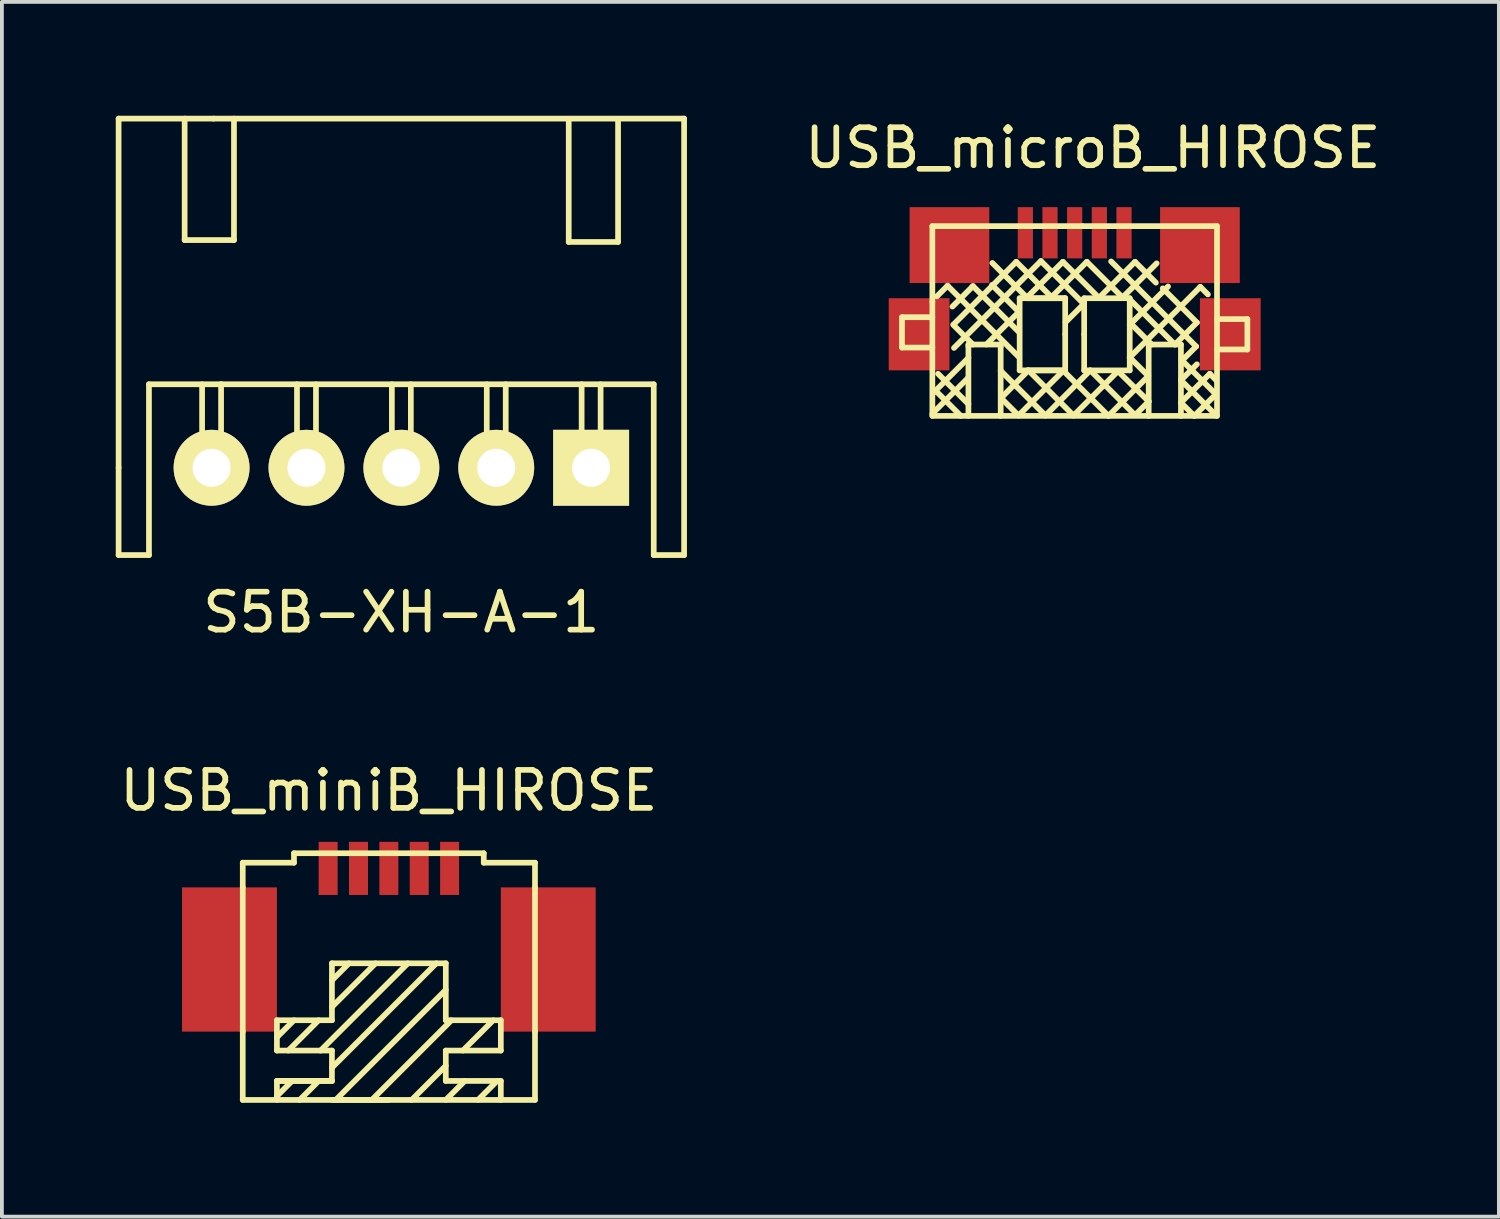
<source format=kicad_pcb>
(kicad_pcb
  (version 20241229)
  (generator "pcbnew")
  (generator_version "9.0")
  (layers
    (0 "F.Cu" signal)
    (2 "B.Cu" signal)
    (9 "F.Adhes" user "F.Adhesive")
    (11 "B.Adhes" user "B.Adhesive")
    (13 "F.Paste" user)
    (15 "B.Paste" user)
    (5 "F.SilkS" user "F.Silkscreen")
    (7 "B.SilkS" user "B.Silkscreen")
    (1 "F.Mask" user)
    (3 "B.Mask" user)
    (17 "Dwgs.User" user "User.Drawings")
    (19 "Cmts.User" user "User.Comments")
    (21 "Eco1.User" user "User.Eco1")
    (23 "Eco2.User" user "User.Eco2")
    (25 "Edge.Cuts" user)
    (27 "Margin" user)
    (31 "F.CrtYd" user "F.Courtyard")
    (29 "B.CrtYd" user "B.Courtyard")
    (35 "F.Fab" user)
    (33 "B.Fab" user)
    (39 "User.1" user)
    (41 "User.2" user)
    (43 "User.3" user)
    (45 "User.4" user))
  (footprint "S5B-XH-A-1"
    (layer "F.Cu")
    (at 7.525 9.275)
    (property "Reference" "S5B-XH-A-1" (at 0 3.81 0) (layer "F.SilkS") (effects (font (size 1 1) (thickness 0.15))))
    (attr through_hole)
    (fp_line (start -7.45 -9.2) (end -7.45 0) (stroke (width 0.15) (type solid)) (layer "F.SilkS"))
    (fp_line (start -7.45 -9.2) (end -4.95 -9.2) (stroke (width 0.15) (type solid)) (layer "F.SilkS"))
    (fp_line (start -7.45 0) (end -7.45 2.3) (stroke (width 0.15) (type solid)) (layer "F.SilkS"))
    (fp_line (start -7.45 2.3) (end -6.65 2.3) (stroke (width 0.15) (type solid)) (layer "F.SilkS"))
    (fp_line (start -6.65 -2.2) (end -6.65 2.3) (stroke (width 0.15) (type solid)) (layer "F.SilkS"))
    (fp_line (start -5.71 -9.2) (end -5.71 -6) (stroke (width 0.15) (type solid)) (layer "F.SilkS"))
    (fp_line (start -5.71 -6) (end -4.41 -6) (stroke (width 0.15) (type solid)) (layer "F.SilkS"))
    (fp_line (start -5.25 0) (end -5.25 -2.2) (stroke (width 0.15) (type solid)) (layer "F.SilkS"))
    (fp_line (start -5 0) (end -5.25 0) (stroke (width 0.15) (type solid)) (layer "F.SilkS"))
    (fp_line (start -5 0) (end -4.75 0) (stroke (width 0.15) (type solid)) (layer "F.SilkS"))
    (fp_line (start -4.75 -2.2) (end -6.65 -2.2) (stroke (width 0.15) (type solid)) (layer "F.SilkS"))
    (fp_line (start -4.75 -2.2) (end 6.65 -2.2) (stroke (width 0.15) (type solid)) (layer "F.SilkS"))
    (fp_line (start -4.75 0) (end -4.75 -2.2) (stroke (width 0.15) (type solid)) (layer "F.SilkS"))
    (fp_line (start -4.41 -6) (end -4.41 -9.2) (stroke (width 0.15) (type solid)) (layer "F.SilkS"))
    (fp_line (start -2.75 0) (end -2.75 -2.2) (stroke (width 0.15) (type solid)) (layer "F.SilkS"))
    (fp_line (start -2.5 0) (end -2.75 0) (stroke (width 0.15) (type solid)) (layer "F.SilkS"))
    (fp_line (start -2.5 0) (end -2.25 0) (stroke (width 0.15) (type solid)) (layer "F.SilkS"))
    (fp_line (start -2.25 0) (end -2.25 -2.2) (stroke (width 0.15) (type solid)) (layer "F.SilkS"))
    (fp_line (start -0.25 0) (end -0.25 -2.2) (stroke (width 0.15) (type solid)) (layer "F.SilkS"))
    (fp_line (start 0 0) (end -0.25 0) (stroke (width 0.15) (type solid)) (layer "F.SilkS"))
    (fp_line (start 0 0) (end 0.25 0) (stroke (width 0.15) (type solid)) (layer "F.SilkS"))
    (fp_line (start 0.25 0) (end 0.25 -2.2) (stroke (width 0.15) (type solid)) (layer "F.SilkS"))
    (fp_line (start 2.25 0) (end 2.25 -2.2) (stroke (width 0.15) (type solid)) (layer "F.SilkS"))
    (fp_line (start 2.5 0) (end 2.25 0) (stroke (width 0.15) (type solid)) (layer "F.SilkS"))
    (fp_line (start 2.5 0) (end 2.75 0) (stroke (width 0.15) (type solid)) (layer "F.SilkS"))
    (fp_line (start 2.75 0) (end 2.75 -2.2) (stroke (width 0.15) (type solid)) (layer "F.SilkS"))
    (fp_line (start 4.41 -5.95) (end 4.41 -9.15) (stroke (width 0.15) (type solid)) (layer "F.SilkS"))
    (fp_line (start 4.75 0) (end 4.75 -2.2) (stroke (width 0.15) (type solid)) (layer "F.SilkS"))
    (fp_line (start 5 0) (end 4.75 0) (stroke (width 0.15) (type solid)) (layer "F.SilkS"))
    (fp_line (start 5 0) (end 5.25 0) (stroke (width 0.15) (type solid)) (layer "F.SilkS"))
    (fp_line (start 5.25 0) (end 5.25 -2.2) (stroke (width 0.15) (type solid)) (layer "F.SilkS"))
    (fp_line (start 5.71 -9.15) (end 5.71 -5.95) (stroke (width 0.15) (type solid)) (layer "F.SilkS"))
    (fp_line (start 5.71 -5.95) (end 4.41 -5.95) (stroke (width 0.15) (type solid)) (layer "F.SilkS"))
    (fp_line (start 6.65 2.3) (end 6.65 -2.2) (stroke (width 0.15) (type solid)) (layer "F.SilkS"))
    (fp_line (start 7.45 -9.2) (end -4.95 -9.2) (stroke (width 0.15) (type solid)) (layer "F.SilkS"))
    (fp_line (start 7.45 -9.2) (end 7.45 2.3) (stroke (width 0.15) (type solid)) (layer "F.SilkS"))
    (fp_line (start 7.45 2.3) (end 6.65 2.3) (stroke (width 0.15) (type solid)) (layer "F.SilkS"))
    (pad "1" thru_hole rect (at 5 0) (size 2 2) (drill 1) (layers "*.Cu" "*.Mask" "F.SilkS"))
    (pad "2" thru_hole circle (at 2.5 0) (size 2 2) (drill 1) (layers "*.Cu" "*.Mask" "F.SilkS"))
    (pad "3" thru_hole circle (at 0 0) (size 2 2) (drill 1) (layers "*.Cu" "*.Mask" "F.SilkS"))
    (pad "4" thru_hole circle (at -2.5 0) (size 2 2) (drill 1) (layers "*.Cu" "*.Mask" "F.SilkS"))
    (pad "5" thru_hole circle (at -5 0) (size 2 2) (drill 1) (layers "*.Cu" "*.Mask" "F.SilkS")))
  (footprint "USB_microB_HIROSE"
    (layer "F.Cu")
    (at 25.266 5.758)
    (property "Reference" "USB_microB_HIROSE" (at 0.48 -4.91 0) (layer "F.SilkS") (effects (font (size 1 1) (thickness 0.15))))
    (attr through_hole)
    (fp_line (start -4.55 -0.45) (end -4.55 0.35) (stroke (width 0.15) (type solid)) (layer "F.SilkS"))
    (fp_line (start -4.55 0.35) (end -3.75 0.35) (stroke (width 0.15) (type solid)) (layer "F.SilkS"))
    (fp_line (start -3.75 -2.85) (end 0.2 -2.85) (stroke (width 0.15) (type solid)) (layer "F.SilkS"))
    (fp_line (start -3.75 -0.85) (end -3.75 -2.85) (stroke (width 0.15) (type solid)) (layer "F.SilkS"))
    (fp_line (start -3.75 -0.85) (end -3.75 2.15) (stroke (width 0.15) (type solid)) (layer "F.SilkS"))
    (fp_line (start -3.75 -0.45) (end -4.55 -0.45) (stroke (width 0.15) (type solid)) (layer "F.SilkS"))
    (fp_line (start -3.75 2.09) (end -2.81 1.15) (stroke (width 0.15) (type solid)) (layer "F.SilkS"))
    (fp_line (start -3.74 1.56) (end -2.8 0.62) (stroke (width 0.15) (type solid)) (layer "F.SilkS"))
    (fp_line (start -3.63 -1) (end -3.35 -1.28) (stroke (width 0.15) (type solid)) (layer "F.SilkS"))
    (fp_line (start -3.35 -1.28) (end -1.48 0.59) (stroke (width 0.15) (type solid)) (layer "F.SilkS"))
    (fp_line (start -3.22 -0.73) (end -2.7 -1.25) (stroke (width 0.15) (type solid)) (layer "F.SilkS"))
    (fp_line (start -3.2 -0.25) (end -2.68 0.27) (stroke (width 0.15) (type solid)) (layer "F.SilkS"))
    (fp_line (start -3.19 -0.26) (end -1.54 -1.91) (stroke (width 0.15) (type solid)) (layer "F.SilkS"))
    (fp_line (start -3.18 0.36) (end -0.89 -1.93) (stroke (width 0.15) (type solid)) (layer "F.SilkS"))
    (fp_line (start -3 2.15) (end -3.67 1.48) (stroke (width 0.15) (type solid)) (layer "F.SilkS"))
    (fp_line (start -2.8 0.27) (end -2.8 0.32) (stroke (width 0.15) (type solid)) (layer "F.SilkS"))
    (fp_line (start -2.8 0.32) (end -2.8 2.15) (stroke (width 0.15) (type solid)) (layer "F.SilkS"))
    (fp_line (start -2.8 1.84) (end -3.6 1.04) (stroke (width 0.15) (type solid)) (layer "F.SilkS"))
    (fp_line (start -2.7 -1.25) (end -2.68 -1.27) (stroke (width 0.15) (type solid)) (layer "F.SilkS"))
    (fp_line (start -2.68 -1.27) (end -1.46 -0.05) (stroke (width 0.15) (type solid)) (layer "F.SilkS"))
    (fp_line (start -2.33 0.27) (end -1.47 -0.59) (stroke (width 0.15) (type solid)) (layer "F.SilkS"))
    (fp_line (start -2.17 -1.88) (end -1.26 -0.97) (stroke (width 0.15) (type solid)) (layer "F.SilkS"))
    (fp_line (start -1.95 0.27) (end -2.8 0.27) (stroke (width 0.15) (type solid)) (layer "F.SilkS"))
    (fp_line (start -1.95 0.32) (end -1.95 0.27) (stroke (width 0.15) (type solid)) (layer "F.SilkS"))
    (fp_line (start -1.95 0.96) (end -0.77 2.14) (stroke (width 0.15) (type solid)) (layer "F.SilkS"))
    (fp_line (start -1.95 2.15) (end -1.95 0.32) (stroke (width 0.15) (type solid)) (layer "F.SilkS"))
    (fp_line (start -1.94 1.68) (end -1.48 2.14) (stroke (width 0.15) (type solid)) (layer "F.SilkS"))
    (fp_line (start -1.54 -1.91) (end -0.61 -0.98) (stroke (width 0.15) (type solid)) (layer "F.SilkS"))
    (fp_line (start -1.48 2.14) (end -0.3 0.96) (stroke (width 0.15) (type solid)) (layer "F.SilkS"))
    (fp_line (start -1.47 -0.59) (end -2.18 -1.3) (stroke (width 0.15) (type solid)) (layer "F.SilkS"))
    (fp_line (start -1.45 -0.95) (end -1.45 0.95) (stroke (width 0.15) (type solid)) (layer "F.SilkS"))
    (fp_line (start -1.45 0.95) (end -0.25 0.95) (stroke (width 0.15) (type solid)) (layer "F.SilkS"))
    (fp_line (start -1.26 -0.97) (end -0.31 -1.91) (stroke (width 0.15) (type solid)) (layer "F.SilkS"))
    (fp_line (start -1.25 0.95) (end -0.25 0.95) (stroke (width 0.15) (type solid)) (layer "F.SilkS"))
    (fp_line (start -1.22 0.95) (end -1.94 1.68) (stroke (width 0.15) (type solid)) (layer "F.SilkS"))
    (fp_line (start -0.89 -1.93) (end 0.24 -0.8) (stroke (width 0.15) (type solid)) (layer "F.SilkS"))
    (fp_line (start -0.77 2.14) (end 0.41 0.95) (stroke (width 0.15) (type solid)) (layer "F.SilkS"))
    (fp_line (start -0.61 -0.98) (end 0.32 -1.91) (stroke (width 0.15) (type solid)) (layer "F.SilkS"))
    (fp_line (start -0.31 -1.91) (end 0.64 -0.96) (stroke (width 0.15) (type solid)) (layer "F.SilkS"))
    (fp_line (start -0.3 0.96) (end 0.89 2.15) (stroke (width 0.15) (type solid)) (layer "F.SilkS"))
    (fp_line (start -0.25 -0.95) (end -1.45 -0.95) (stroke (width 0.15) (type solid)) (layer "F.SilkS"))
    (fp_line (start -0.25 -0.95) (end -1.25 -0.95) (stroke (width 0.15) (type solid)) (layer "F.SilkS"))
    (fp_line (start -0.25 0) (end -0.25 -0.95) (stroke (width 0.15) (type solid)) (layer "F.SilkS"))
    (fp_line (start -0.25 0.95) (end -0.25 0) (stroke (width 0.15) (type solid)) (layer "F.SilkS"))
    (fp_line (start -0.03 2.14) (end -1.22 0.95) (stroke (width 0.15) (type solid)) (layer "F.SilkS"))
    (fp_line (start 0.24 -0.8) (end -0.24 -0.32) (stroke (width 0.15) (type solid)) (layer "F.SilkS"))
    (fp_line (start 0.25 -0.95) (end 1.45 -0.95) (stroke (width 0.15) (type solid)) (layer "F.SilkS"))
    (fp_line (start 0.25 0) (end 0.25 -0.95) (stroke (width 0.15) (type solid)) (layer "F.SilkS"))
    (fp_line (start 0.25 0.95) (end 0.25 0) (stroke (width 0.15) (type solid)) (layer "F.SilkS"))
    (fp_line (start 0.32 -1.91) (end 1.26 -0.97) (stroke (width 0.15) (type solid)) (layer "F.SilkS"))
    (fp_line (start 0.41 0.95) (end 1.59 2.13) (stroke (width 0.15) (type solid)) (layer "F.SilkS"))
    (fp_line (start 0.64 -0.96) (end 1.59 -1.91) (stroke (width 0.15) (type solid)) (layer "F.SilkS"))
    (fp_line (start 0.89 2.15) (end 1.94 1.1) (stroke (width 0.15) (type solid)) (layer "F.SilkS"))
    (fp_line (start 0.96 -1.92) (end 3.2 0.32) (stroke (width 0.15) (type solid)) (layer "F.SilkS"))
    (fp_line (start 1.14 0.97) (end -0.03 2.14) (stroke (width 0.15) (type solid)) (layer "F.SilkS"))
    (fp_line (start 1.26 -0.97) (end 2.16 -1.87) (stroke (width 0.15) (type solid)) (layer "F.SilkS"))
    (fp_line (start 1.45 -0.95) (end 1.45 0.95) (stroke (width 0.15) (type solid)) (layer "F.SilkS"))
    (fp_line (start 1.45 -0.25) (end 2.46 -1.26) (stroke (width 0.15) (type solid)) (layer "F.SilkS"))
    (fp_line (start 1.45 0.61) (end 3.31 -1.25) (stroke (width 0.15) (type solid)) (layer "F.SilkS"))
    (fp_line (start 1.45 0.95) (end 0.25 0.95) (stroke (width 0.15) (type solid)) (layer "F.SilkS"))
    (fp_line (start 1.46 -0.3) (end 2.03 0.27) (stroke (width 0.15) (type solid)) (layer "F.SilkS"))
    (fp_line (start 1.59 -1.91) (end 2.14 -1.36) (stroke (width 0.15) (type solid)) (layer "F.SilkS"))
    (fp_line (start 1.59 2.13) (end 1.95 1.77) (stroke (width 0.15) (type solid)) (layer "F.SilkS"))
    (fp_line (start 1.94 1.1) (end 1.45 0.61) (stroke (width 0.15) (type solid)) (layer "F.SilkS"))
    (fp_line (start 1.95 0.27) (end 1.95 2.15) (stroke (width 0.15) (type solid)) (layer "F.SilkS"))
    (fp_line (start 1.95 1.77) (end 1.14 0.97) (stroke (width 0.15) (type solid)) (layer "F.SilkS"))
    (fp_line (start 2.32 -1.21) (end 3.22 -0.31) (stroke (width 0.15) (type solid)) (layer "F.SilkS"))
    (fp_line (start 2.64 0.27) (end 1.45 -0.92) (stroke (width 0.15) (type solid)) (layer "F.SilkS"))
    (fp_line (start 2.8 0.27) (end 1.95 0.27) (stroke (width 0.15) (type solid)) (layer "F.SilkS"))
    (fp_line (start 2.8 1.21) (end 3.22 0.79) (stroke (width 0.15) (type solid)) (layer "F.SilkS"))
    (fp_line (start 2.8 1.8) (end 3.56 1.04) (stroke (width 0.15) (type solid)) (layer "F.SilkS"))
    (fp_line (start 2.8 2.15) (end 2.8 0.27) (stroke (width 0.15) (type solid)) (layer "F.SilkS"))
    (fp_line (start 2.83 0.69) (end 3.72 1.58) (stroke (width 0.15) (type solid)) (layer "F.SilkS"))
    (fp_line (start 3.15 2.15) (end 2.8 1.8) (stroke (width 0.15) (type solid)) (layer "F.SilkS"))
    (fp_line (start 3.2 0.32) (end 2.83 0.69) (stroke (width 0.15) (type solid)) (layer "F.SilkS"))
    (fp_line (start 3.22 -0.31) (end 2.64 0.27) (stroke (width 0.15) (type solid)) (layer "F.SilkS"))
    (fp_line (start 3.31 -1.25) (end 3.51 -1.05) (stroke (width 0.15) (type solid)) (layer "F.SilkS"))
    (fp_line (start 3.56 1.04) (end 3.73 1.21) (stroke (width 0.15) (type solid)) (layer "F.SilkS"))
    (fp_line (start 3.72 1.58) (end 3.15 2.15) (stroke (width 0.15) (type solid)) (layer "F.SilkS"))
    (fp_line (start 3.73 2.14) (end 2.8 1.21) (stroke (width 0.15) (type solid)) (layer "F.SilkS"))
    (fp_line (start 3.75 -2.85) (end 0.21 -2.85) (stroke (width 0.15) (type solid)) (layer "F.SilkS"))
    (fp_line (start 3.75 -2.85) (end 3.75 2.15) (stroke (width 0.15) (type solid)) (layer "F.SilkS"))
    (fp_line (start 3.75 -0.4) (end 4.55 -0.4) (stroke (width 0.15) (type solid)) (layer "F.SilkS"))
    (fp_line (start 3.75 2.15) (end -3.75 2.15) (stroke (width 0.15) (type solid)) (layer "F.SilkS"))
    (fp_line (start 4.55 -0.4) (end 4.55 0.4) (stroke (width 0.15) (type solid)) (layer "F.SilkS"))
    (fp_line (start 4.55 0.4) (end 3.75 0.4) (stroke (width 0.15) (type solid)) (layer "F.SilkS"))
    (pad "1" smd rect (at 1.3 -2.675) (size 0.4 1.35) (layers "F.Cu" "F.Mask" "F.Paste"))
    (pad "2" smd rect (at 0.65 -2.675) (size 0.4 1.35) (layers "F.Cu" "F.Mask" "F.Paste"))
    (pad "3" smd rect (at 0 -2.675) (size 0.4 1.35) (layers "F.Cu" "F.Mask" "F.Paste"))
    (pad "4" smd rect (at -0.65 -2.675) (size 0.4 1.35) (layers "F.Cu" "F.Mask" "F.Paste"))
    (pad "5" smd rect (at -4.1 0) (size 1.6 1.9) (layers "F.Cu" "F.Mask" "F.Paste"))
    (pad "5" smd rect (at -3.3 -2.35) (size 2.1 2) (layers "F.Cu" "F.Mask" "F.Paste"))
    (pad "5" smd rect (at -1.3 -2.675) (size 0.4 1.35) (layers "F.Cu" "F.Mask" "F.Paste"))
    (pad "5" smd rect (at 3.3 -2.35) (size 2.1 2) (layers "F.Cu" "F.Mask" "F.Paste"))
    (pad "5" smd rect (at 4.1 0) (size 1.6 1.9) (layers "F.Cu" "F.Mask" "F.Paste")))
  (footprint "USB_miniB_HIROSE"
    (layer "F.Cu")
    (at 7.196 19.831)
    (property "Reference" "USB_miniB_HIROSE" (at 0 -2.05 0) (layer "F.SilkS") (effects (font (size 1 1) (thickness 0.15))))
    (attr through_hole)
    (fp_line (start -3.85 -0.15) (end -3.85 0.5) (stroke (width 0.15) (type solid)) (layer "F.SilkS"))
    (fp_line (start -3.85 -0.15) (end -2.5 -0.15) (stroke (width 0.15) (type solid)) (layer "F.SilkS"))
    (fp_line (start -3.85 0.5) (end -3.85 4.3) (stroke (width 0.15) (type solid)) (layer "F.SilkS"))
    (fp_line (start -3.85 4.3) (end -3.85 6.1) (stroke (width 0.15) (type solid)) (layer "F.SilkS"))
    (fp_line (start -3.85 6.1) (end 3.85 6.1) (stroke (width 0.15) (type solid)) (layer "F.SilkS"))
    (fp_line (start -2.95 4) (end -1.5 4) (stroke (width 0.15) (type solid)) (layer "F.SilkS"))
    (fp_line (start -2.95 4.45) (end -2.5 4) (stroke (width 0.15) (type solid)) (layer "F.SilkS"))
    (fp_line (start -2.95 4.8) (end -2.95 4) (stroke (width 0.15) (type solid)) (layer "F.SilkS"))
    (fp_line (start -2.95 5.6) (end -2.95 6.1) (stroke (width 0.15) (type solid)) (layer "F.SilkS"))
    (fp_line (start -2.95 6) (end -2.55 5.6) (stroke (width 0.15) (type solid)) (layer "F.SilkS"))
    (fp_line (start -2.65 4.8) (end -1.85 4) (stroke (width 0.15) (type solid)) (layer "F.SilkS"))
    (fp_line (start -2.5 -0.4) (end 2.5 -0.4) (stroke (width 0.15) (type solid)) (layer "F.SilkS"))
    (fp_line (start -2.5 -0.15) (end -2.5 -0.4) (stroke (width 0.15) (type solid)) (layer "F.SilkS"))
    (fp_line (start -2.35 6.1) (end -1.85 5.6) (stroke (width 0.15) (type solid)) (layer "F.SilkS"))
    (fp_line (start -1.8 4.8) (end 0.5 2.5) (stroke (width 0.15) (type solid)) (layer "F.SilkS"))
    (fp_line (start -1.5 2.95) (end -1.05 2.5) (stroke (width 0.15) (type solid)) (layer "F.SilkS"))
    (fp_line (start -1.5 3.65) (end -0.35 2.5) (stroke (width 0.15) (type solid)) (layer "F.SilkS"))
    (fp_line (start -1.5 4) (end -1.5 2.5) (stroke (width 0.15) (type solid)) (layer "F.SilkS"))
    (fp_line (start -1.5 4.8) (end -2.95 4.8) (stroke (width 0.15) (type solid)) (layer "F.SilkS"))
    (fp_line (start -1.5 5.25) (end 1.25 2.5) (stroke (width 0.15) (type solid)) (layer "F.SilkS"))
    (fp_line (start -1.5 5.6) (end -2.95 5.6) (stroke (width 0.15) (type solid)) (layer "F.SilkS"))
    (fp_line (start -1.5 5.6) (end -2.95 5.6) (stroke (width 0.15) (type solid)) (layer "F.SilkS"))
    (fp_line (start -1.5 5.6) (end -1.5 4.8) (stroke (width 0.15) (type solid)) (layer "F.SilkS"))
    (fp_line (start -1.4 6.1) (end 1.5 3.2) (stroke (width 0.15) (type solid)) (layer "F.SilkS"))
    (fp_line (start -0.45 6.1) (end 1.65 4) (stroke (width 0.15) (type solid)) (layer "F.SilkS"))
    (fp_line (start 0 6.1) (end -1.5 6.1) (stroke (width 0.15) (type solid)) (layer "F.SilkS"))
    (fp_line (start 0.6 6.1) (end 1.5 5.2) (stroke (width 0.15) (type solid)) (layer "F.SilkS"))
    (fp_line (start 1.5 2.5) (end -1.5 2.5) (stroke (width 0.15) (type solid)) (layer "F.SilkS"))
    (fp_line (start 1.5 4) (end 1.5 2.5) (stroke (width 0.15) (type solid)) (layer "F.SilkS"))
    (fp_line (start 1.5 4) (end 2.95 4) (stroke (width 0.15) (type solid)) (layer "F.SilkS"))
    (fp_line (start 1.5 4.8) (end 2.95 4.8) (stroke (width 0.15) (type solid)) (layer "F.SilkS"))
    (fp_line (start 1.5 5.6) (end 1.5 4.8) (stroke (width 0.15) (type solid)) (layer "F.SilkS"))
    (fp_line (start 1.5 5.6) (end 2.95 5.6) (stroke (width 0.15) (type solid)) (layer "F.SilkS"))
    (fp_line (start 1.5 6.1) (end 2 5.6) (stroke (width 0.15) (type solid)) (layer "F.SilkS"))
    (fp_line (start 1.95 4.8) (end 2.75 4) (stroke (width 0.15) (type solid)) (layer "F.SilkS"))
    (fp_line (start 2.35 6.1) (end 2.85 5.6) (stroke (width 0.15) (type solid)) (layer "F.SilkS"))
    (fp_line (start 2.5 -0.4) (end 2.5 -0.15) (stroke (width 0.15) (type solid)) (layer "F.SilkS"))
    (fp_line (start 2.5 -0.15) (end 3.85 -0.15) (stroke (width 0.15) (type solid)) (layer "F.SilkS"))
    (fp_line (start 2.95 4) (end 2.95 4.8) (stroke (width 0.15) (type solid)) (layer "F.SilkS"))
    (fp_line (start 2.95 5.6) (end 2.95 6.1) (stroke (width 0.15) (type solid)) (layer "F.SilkS"))
    (fp_line (start 3.85 -0.15) (end 3.85 0.5) (stroke (width 0.15) (type solid)) (layer "F.SilkS"))
    (fp_line (start 3.85 0.5) (end 3.85 4.3) (stroke (width 0.15) (type solid)) (layer "F.SilkS"))
    (fp_line (start 3.85 4.3) (end 3.85 6.1) (stroke (width 0.15) (type solid)) (layer "F.SilkS"))
    (pad "1" smd rect (at -1.6 0) (size 0.5 1.4) (layers "F.Cu" "F.Mask" "F.Paste"))
    (pad "2" smd rect (at -0.8 0) (size 0.5 1.4) (layers "F.Cu" "F.Mask" "F.Paste"))
    (pad "3" smd rect (at 0 0) (size 0.5 1.4) (layers "F.Cu" "F.Mask" "F.Paste"))
    (pad "4" smd rect (at 0.8 0) (size 0.5 1.4) (layers "F.Cu" "F.Mask" "F.Paste"))
    (pad "5" smd rect (at 1.6 0) (size 0.5 1.4) (layers "F.Cu" "F.Mask" "F.Paste"))
    (pad "5" smd rect (at 4.2 2.4) (size 2.5 3.8) (layers "F.Cu" "F.Mask" "F.Paste"))
    (pad "6" smd rect (at -4.2 2.4) (size 2.5 3.8) (layers "F.Cu" "F.Mask" "F.Paste")))
  (gr_rect
    (start -3 -3)
    (end 36.443 29.006)
    (stroke (width 0.1) (type default))
    (fill no)
    (layer "Edge.Cuts")))
</source>
